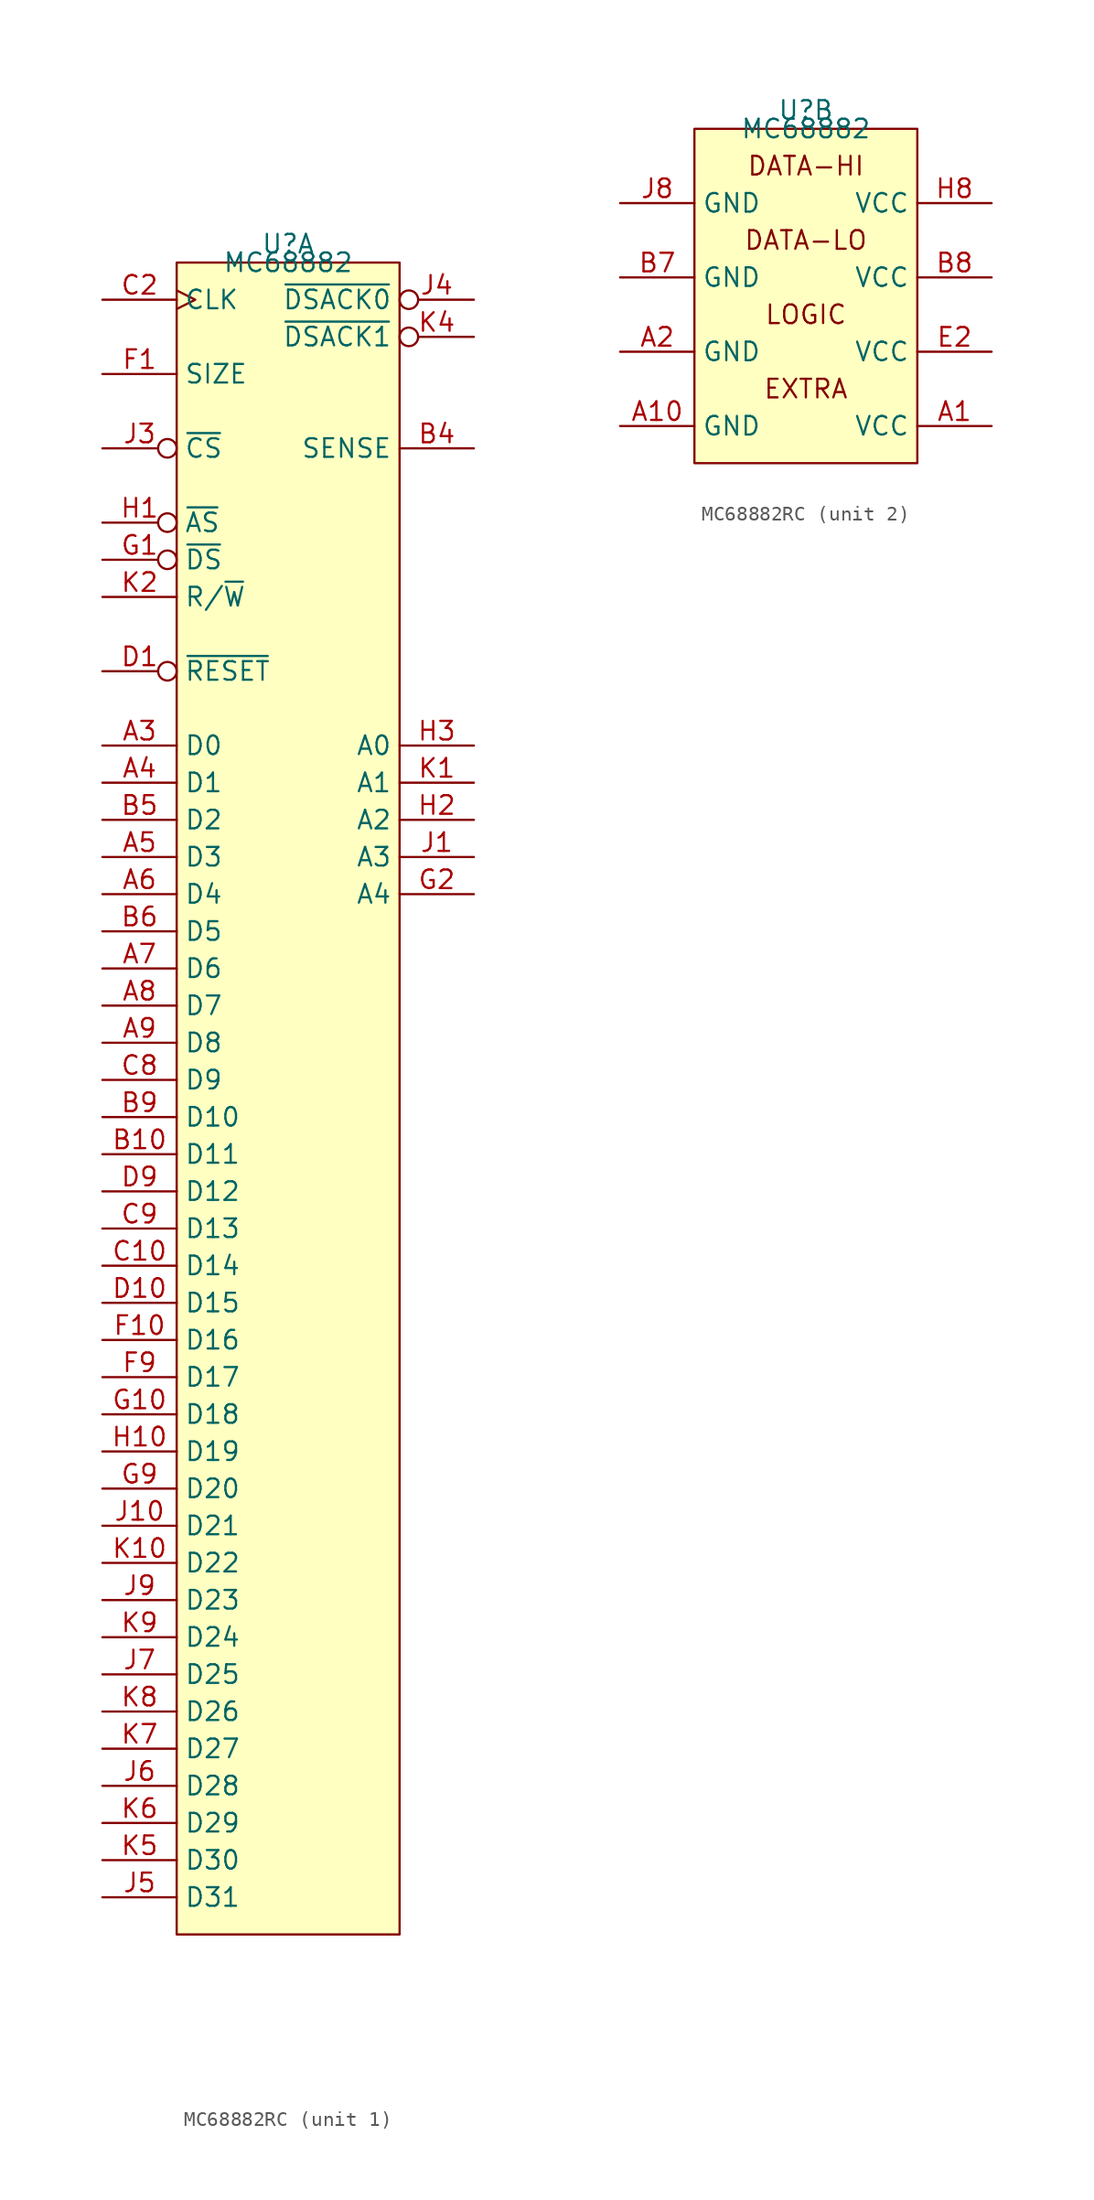
<source format=kicad_sym>
(kicad_symbol_lib
  (version 20220914)
  (generator kicad_symbol_editor)
  (symbol "MC68882RC"
    (property "Reference" "U"
      (at 0 1.27 0)
      (effects (font (size 1.27 1.27))))
    (property "Value" "MC68882"
      (at 0 0 0)
      (effects (font (size 1.27 1.27))))
    (property "ki_locked" ""
      (at 0 0 0)
      (effects (font (size 1.27 1.27))))
    (symbol "MC68882RC_1_1"
      (rectangle (start -7.62 0) (end 7.62 -114.3) (stroke (width 0) (type default)) (fill (type background)))
      (pin bidirectional line (at -12.7 -33.02 0) (length 5.08) (name "D0" (effects (font (size 1.27 1.27)))) (number "A3" (effects (font (size 1.27 1.27)))))
      (pin bidirectional line (at -12.7 -35.56 0) (length 5.08) (name "D1" (effects (font (size 1.27 1.27)))) (number "A4" (effects (font (size 1.27 1.27)))))
      (pin bidirectional line (at -12.7 -40.64 0) (length 5.08) (name "D3" (effects (font (size 1.27 1.27)))) (number "A5" (effects (font (size 1.27 1.27)))))
      (pin bidirectional line (at -12.7 -43.18 0) (length 5.08) (name "D4" (effects (font (size 1.27 1.27)))) (number "A6" (effects (font (size 1.27 1.27)))))
      (pin bidirectional line (at -12.7 -48.26 0) (length 5.08) (name "D6" (effects (font (size 1.27 1.27)))) (number "A7" (effects (font (size 1.27 1.27)))))
      (pin bidirectional line (at -12.7 -50.8 0) (length 5.08) (name "D7" (effects (font (size 1.27 1.27)))) (number "A8" (effects (font (size 1.27 1.27)))))
      (pin bidirectional line (at -12.7 -53.34 0) (length 5.08) (name "D8" (effects (font (size 1.27 1.27)))) (number "A9" (effects (font (size 1.27 1.27)))))
      (pin bidirectional line (at -12.7 -60.96 0) (length 5.08) (name "D11" (effects (font (size 1.27 1.27)))) (number "B10" (effects (font (size 1.27 1.27)))))
      (pin passive line (at 12.7 -12.7 180) (length 5.08) (name "SENSE" (effects (font (size 1.27 1.27)))) (number "B4" (effects (font (size 1.27 1.27)))))
      (pin bidirectional line (at -12.7 -38.1 0) (length 5.08) (name "D2" (effects (font (size 1.27 1.27)))) (number "B5" (effects (font (size 1.27 1.27)))))
      (pin bidirectional line (at -12.7 -45.72 0) (length 5.08) (name "D5" (effects (font (size 1.27 1.27)))) (number "B6" (effects (font (size 1.27 1.27)))))
      (pin bidirectional line (at -12.7 -58.42 0) (length 5.08) (name "D10" (effects (font (size 1.27 1.27)))) (number "B9" (effects (font (size 1.27 1.27)))))
      (pin bidirectional line (at -12.7 -68.58 0) (length 5.08) (name "D14" (effects (font (size 1.27 1.27)))) (number "C10" (effects (font (size 1.27 1.27)))))
      (pin input clock (at -12.7 -2.54 0) (length 5.08) (name "CLK" (effects (font (size 1.27 1.27)))) (number "C2" (effects (font (size 1.27 1.27)))))
      (pin bidirectional line (at -12.7 -55.88 0) (length 5.08) (name "D9" (effects (font (size 1.27 1.27)))) (number "C8" (effects (font (size 1.27 1.27)))))
      (pin bidirectional line (at -12.7 -66.04 0) (length 5.08) (name "D13" (effects (font (size 1.27 1.27)))) (number "C9" (effects (font (size 1.27 1.27)))))
      (pin input inverted (at -12.7 -27.94 0) (length 5.08) (name "~{RESET}" (effects (font (size 1.27 1.27)))) (number "D1" (effects (font (size 1.27 1.27)))))
      (pin bidirectional line (at -12.7 -71.12 0) (length 5.08) (name "D15" (effects (font (size 1.27 1.27)))) (number "D10" (effects (font (size 1.27 1.27)))))
      (pin bidirectional line (at -12.7 -63.5 0) (length 5.08) (name "D12" (effects (font (size 1.27 1.27)))) (number "D9" (effects (font (size 1.27 1.27)))))
      (pin input line (at -12.7 -7.62 0) (length 5.08) (name "SIZE" (effects (font (size 1.27 1.27)))) (number "F1" (effects (font (size 1.27 1.27)))))
      (pin bidirectional line (at -12.7 -73.66 0) (length 5.08) (name "D16" (effects (font (size 1.27 1.27)))) (number "F10" (effects (font (size 1.27 1.27)))))
      (pin bidirectional line (at -12.7 -76.2 0) (length 5.08) (name "D17" (effects (font (size 1.27 1.27)))) (number "F9" (effects (font (size 1.27 1.27)))))
      (pin input inverted (at -12.7 -20.32 0) (length 5.08) (name "~{DS}" (effects (font (size 1.27 1.27)))) (number "G1" (effects (font (size 1.27 1.27)))))
      (pin bidirectional line (at -12.7 -78.74 0) (length 5.08) (name "D18" (effects (font (size 1.27 1.27)))) (number "G10" (effects (font (size 1.27 1.27)))))
      (pin input line (at 12.7 -43.18 180) (length 5.08) (name "A4" (effects (font (size 1.27 1.27)))) (number "G2" (effects (font (size 1.27 1.27)))))
      (pin bidirectional line (at -12.7 -83.82 0) (length 5.08) (name "D20" (effects (font (size 1.27 1.27)))) (number "G9" (effects (font (size 1.27 1.27)))))
      (pin input inverted (at -12.7 -17.78 0) (length 5.08) (name "~{AS}" (effects (font (size 1.27 1.27)))) (number "H1" (effects (font (size 1.27 1.27)))))
      (pin bidirectional line (at -12.7 -81.28 0) (length 5.08) (name "D19" (effects (font (size 1.27 1.27)))) (number "H10" (effects (font (size 1.27 1.27)))))
      (pin input line (at 12.7 -38.1 180) (length 5.08) (name "A2" (effects (font (size 1.27 1.27)))) (number "H2" (effects (font (size 1.27 1.27)))))
      (pin input line (at 12.7 -33.02 180) (length 5.08) (name "A0" (effects (font (size 1.27 1.27)))) (number "H3" (effects (font (size 1.27 1.27)))))
      (pin input line (at 12.7 -40.64 180) (length 5.08) (name "A3" (effects (font (size 1.27 1.27)))) (number "J1" (effects (font (size 1.27 1.27)))))
      (pin bidirectional line (at -12.7 -86.36 0) (length 5.08) (name "D21" (effects (font (size 1.27 1.27)))) (number "J10" (effects (font (size 1.27 1.27)))))
      (pin input inverted (at -12.7 -12.7 0) (length 5.08) (name "~{CS}" (effects (font (size 1.27 1.27)))) (number "J3" (effects (font (size 1.27 1.27)))))
      (pin output inverted (at 12.7 -2.54 180) (length 5.08) (name "~{DSACK0}" (effects (font (size 1.27 1.27)))) (number "J4" (effects (font (size 1.27 1.27)))))
      (pin bidirectional line (at -12.7 -111.76 0) (length 5.08) (name "D31" (effects (font (size 1.27 1.27)))) (number "J5" (effects (font (size 1.27 1.27)))))
      (pin bidirectional line (at -12.7 -104.14 0) (length 5.08) (name "D28" (effects (font (size 1.27 1.27)))) (number "J6" (effects (font (size 1.27 1.27)))))
      (pin bidirectional line (at -12.7 -96.52 0) (length 5.08) (name "D25" (effects (font (size 1.27 1.27)))) (number "J7" (effects (font (size 1.27 1.27)))))
      (pin bidirectional line (at -12.7 -91.44 0) (length 5.08) (name "D23" (effects (font (size 1.27 1.27)))) (number "J9" (effects (font (size 1.27 1.27)))))
      (pin input line (at 12.7 -35.56 180) (length 5.08) (name "A1" (effects (font (size 1.27 1.27)))) (number "K1" (effects (font (size 1.27 1.27)))))
      (pin bidirectional line (at -12.7 -88.9 0) (length 5.08) (name "D22" (effects (font (size 1.27 1.27)))) (number "K10" (effects (font (size 1.27 1.27)))))
      (pin input line (at -12.7 -22.86 0) (length 5.08) (name "R/~{W}" (effects (font (size 1.27 1.27)))) (number "K2" (effects (font (size 1.27 1.27)))))
      (pin output inverted (at 12.7 -5.08 180) (length 5.08) (name "~{DSACK1}" (effects (font (size 1.27 1.27)))) (number "K4" (effects (font (size 1.27 1.27)))))
      (pin bidirectional line (at -12.7 -109.22 0) (length 5.08) (name "D30" (effects (font (size 1.27 1.27)))) (number "K5" (effects (font (size 1.27 1.27)))))
      (pin bidirectional line (at -12.7 -106.68 0) (length 5.08) (name "D29" (effects (font (size 1.27 1.27)))) (number "K6" (effects (font (size 1.27 1.27)))))
      (pin bidirectional line (at -12.7 -101.6 0) (length 5.08) (name "D27" (effects (font (size 1.27 1.27)))) (number "K7" (effects (font (size 1.27 1.27)))))
      (pin bidirectional line (at -12.7 -99.06 0) (length 5.08) (name "D26" (effects (font (size 1.27 1.27)))) (number "K8" (effects (font (size 1.27 1.27)))))
      (pin bidirectional line (at -12.7 -93.98 0) (length 5.08) (name "D24" (effects (font (size 1.27 1.27)))) (number "K9" (effects (font (size 1.27 1.27))))))
    (symbol "MC68882RC_2_1"
      (rectangle (start -7.62 0) (end 7.62 -22.86) (stroke (width 0) (type default)) (fill (type background)))
      (text "DATA-HI" (at 0 -2.54 0) (effects (font (size 1.27 1.27))))
      (text "DATA-LO" (at 0 -7.62 0) (effects (font (size 1.27 1.27))))
      (text "EXTRA" (at 0 -17.78 0) (effects (font (size 1.27 1.27))))
      (text "LOGIC" (at 0 -12.7 0) (effects (font (size 1.27 1.27))))
      (pin power_in line (at 12.7 -20.32 180) (length 5.08) (name "VCC" (effects (font (size 1.27 1.27)))) (number "A1" (effects (font (size 1.27 1.27)))))
      (pin power_in line (at -12.7 -20.32 0) (length 5.08) (name "GND" (effects (font (size 1.27 1.27)))) (number "A10" (effects (font (size 1.27 1.27)))))
      (pin power_in line (at -12.7 -15.24 0) (length 5.08) (name "GND" (effects (font (size 1.27 1.27)))) (number "A2" (effects (font (size 1.27 1.27)))))
      (pin power_in line (at 12.7 -20.32 180) (length 5.08) hide (name "VCC" (effects (font (size 1.27 1.27)))) (number "B1" (effects (font (size 1.27 1.27)))))
      (pin power_in line (at -12.7 -15.24 0) (length 5.08) hide (name "GND" (effects (font (size 1.27 1.27)))) (number "B2" (effects (font (size 1.27 1.27)))))
      (pin power_in line (at -12.7 -15.24 0) (length 5.08) hide (name "GND" (effects (font (size 1.27 1.27)))) (number "B3" (effects (font (size 1.27 1.27)))))
      (pin power_in line (at -12.7 -10.16 0) (length 5.08) (name "GND" (effects (font (size 1.27 1.27)))) (number "B7" (effects (font (size 1.27 1.27)))))
      (pin power_in line (at 12.7 -10.16 180) (length 5.08) (name "VCC" (effects (font (size 1.27 1.27)))) (number "B8" (effects (font (size 1.27 1.27)))))
      (pin power_in line (at -12.7 -20.32 0) (length 5.08) hide (name "GND" (effects (font (size 1.27 1.27)))) (number "C1" (effects (font (size 1.27 1.27)))))
      (pin power_in line (at -12.7 -15.24 0) (length 5.08) hide (name "GND" (effects (font (size 1.27 1.27)))) (number "C3" (effects (font (size 1.27 1.27)))))
      (pin power_in line (at -12.7 -20.32 0) (length 5.08) hide (name "GND" (effects (font (size 1.27 1.27)))) (number "D2" (effects (font (size 1.27 1.27)))))
      (pin power_in line (at -12.7 -15.24 0) (length 5.08) hide (name "GND" (effects (font (size 1.27 1.27)))) (number "E10" (effects (font (size 1.27 1.27)))))
      (pin power_in line (at 12.7 -15.24 180) (length 5.08) (name "VCC" (effects (font (size 1.27 1.27)))) (number "E2" (effects (font (size 1.27 1.27)))))
      (pin power_in line (at 12.7 -15.24 180) (length 5.08) hide (name "VCC" (effects (font (size 1.27 1.27)))) (number "E9" (effects (font (size 1.27 1.27)))))
      (pin power_in line (at -12.7 -20.32 0) (length 5.08) hide (name "GND" (effects (font (size 1.27 1.27)))) (number "F2" (effects (font (size 1.27 1.27)))))
      (pin power_in line (at 12.7 -5.08 180) (length 5.08) (name "VCC" (effects (font (size 1.27 1.27)))) (number "H8" (effects (font (size 1.27 1.27)))))
      (pin power_in line (at -12.7 -20.32 0) (length 5.08) hide (name "GND" (effects (font (size 1.27 1.27)))) (number "H9" (effects (font (size 1.27 1.27)))))
      (pin power_in line (at 12.7 -20.32 180) (length 5.08) hide (name "VCC" (effects (font (size 1.27 1.27)))) (number "J2" (effects (font (size 1.27 1.27)))))
      (pin power_in line (at -12.7 -5.08 0) (length 5.08) (name "GND" (effects (font (size 1.27 1.27)))) (number "J8" (effects (font (size 1.27 1.27)))))
      (pin power_in line (at -12.7 -15.24 0) (length 5.08) hide (name "GND" (effects (font (size 1.27 1.27)))) (number "K3" (effects (font (size 1.27 1.27))))))))
</source>
